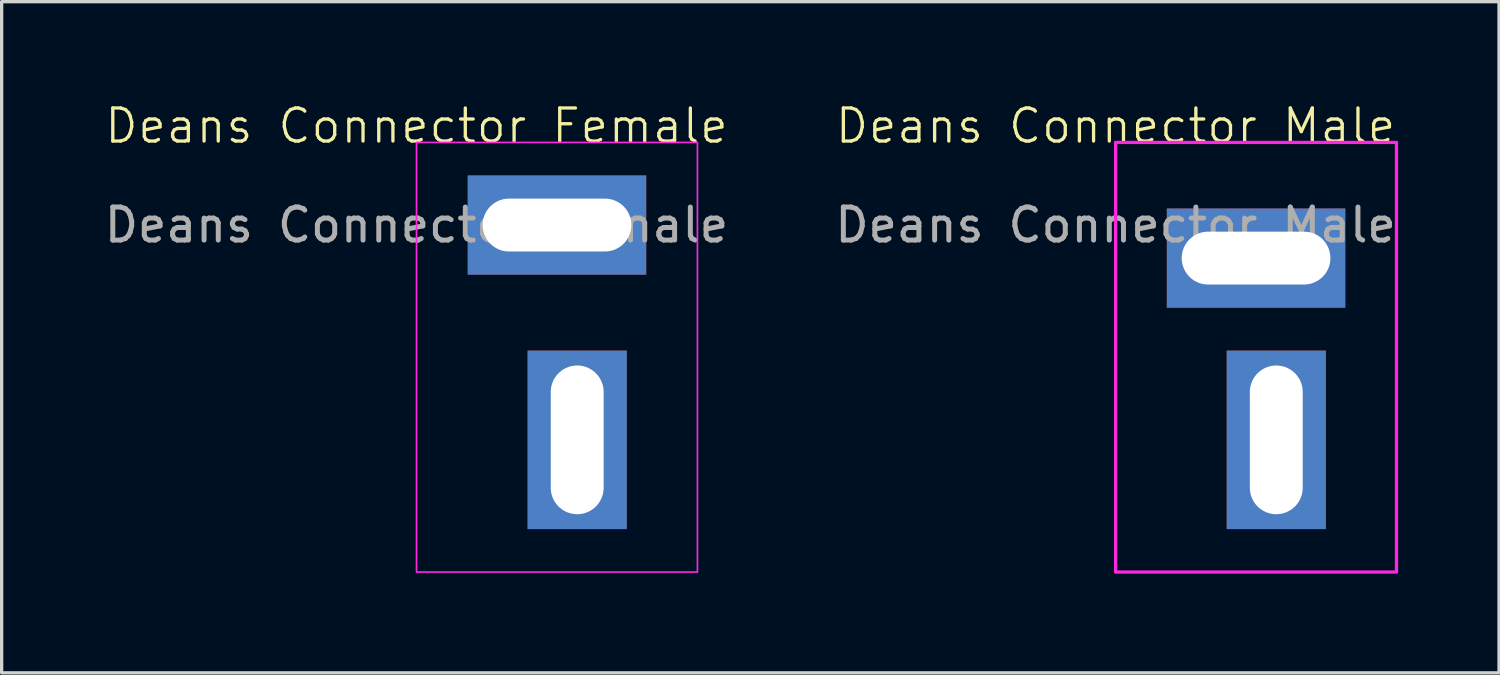
<source format=kicad_pcb>
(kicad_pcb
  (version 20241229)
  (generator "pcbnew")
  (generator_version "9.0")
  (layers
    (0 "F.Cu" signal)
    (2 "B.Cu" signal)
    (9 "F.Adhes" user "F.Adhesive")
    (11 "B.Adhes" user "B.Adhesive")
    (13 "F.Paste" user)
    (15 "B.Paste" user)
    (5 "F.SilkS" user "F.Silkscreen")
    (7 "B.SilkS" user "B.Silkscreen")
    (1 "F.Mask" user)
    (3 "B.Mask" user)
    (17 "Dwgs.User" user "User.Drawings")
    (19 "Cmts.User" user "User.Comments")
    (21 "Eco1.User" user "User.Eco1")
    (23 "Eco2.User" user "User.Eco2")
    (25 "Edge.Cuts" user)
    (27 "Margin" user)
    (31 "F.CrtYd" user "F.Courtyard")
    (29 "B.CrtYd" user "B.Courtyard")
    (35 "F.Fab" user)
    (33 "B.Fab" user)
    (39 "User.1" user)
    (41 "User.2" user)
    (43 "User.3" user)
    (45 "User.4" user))
  (footprint "Deans Connector Female"
    (layer "F.Cu")
    (at 9.554 1.26)
    (property "Reference" "Deans Connector Female" (at 0 -0.5 0) (unlocked yes) (layer "F.SilkS") (effects (font (size 1 1) (thickness 0.1))))
    (attr through_hole)
    (fp_rect (start 0 0) (end 8.5 13) (stroke (width 0.05) (type default)) (fill no) (layer "F.CrtYd"))
    (fp_text user "${REFERENCE}" (at 0 2.5 0) (unlocked yes) (layer "F.Fab") (effects (font (size 1 1) (thickness 0.15))))
    (pad "1" thru_hole rect (at 4.25 2.5) (size 5.4 3) (drill oval 4.5 1.6) (layers "*.Cu" "*.Mask"))
    (pad "2" thru_hole rect (at 4.862 9 90) (size 5.4 3) (drill oval 4.5 1.6) (layers "*.Cu" "*.Mask")))
  (footprint "Deans Connector Male"
    (layer "F.Cu")
    (at 30.708 1.26)
    (property "Reference" "Deans Connector Male" (at 0 -0.5 0) (unlocked yes) (layer "F.SilkS") (effects (font (size 1 1) (thickness 0.1))))
    (attr smd)
    (fp_rect (start 0 0) (end 8.5 13) (stroke (width 0.1) (type default)) (fill no) (layer "F.CrtYd"))
    (fp_text user "${REFERENCE}" (at 0 2.5 0) (unlocked yes) (layer "F.Fab") (effects (font (size 1 1) (thickness 0.15))))
    (pad "1" thru_hole rect (at 4.25 3.5 180) (size 5.4 3) (drill oval 4.5 1.6) (layers "*.Cu" "*.Mask"))
    (pad "2" thru_hole rect (at 4.862 9 270) (size 5.4 3) (drill oval 4.5 1.6) (layers "*.Cu" "*.Mask")))
  (gr_rect
    (start -3 -3)
    (end 42.31 17.311)
    (stroke (width 0.1) (type default))
    (fill no)
    (layer "Edge.Cuts")))
</source>
